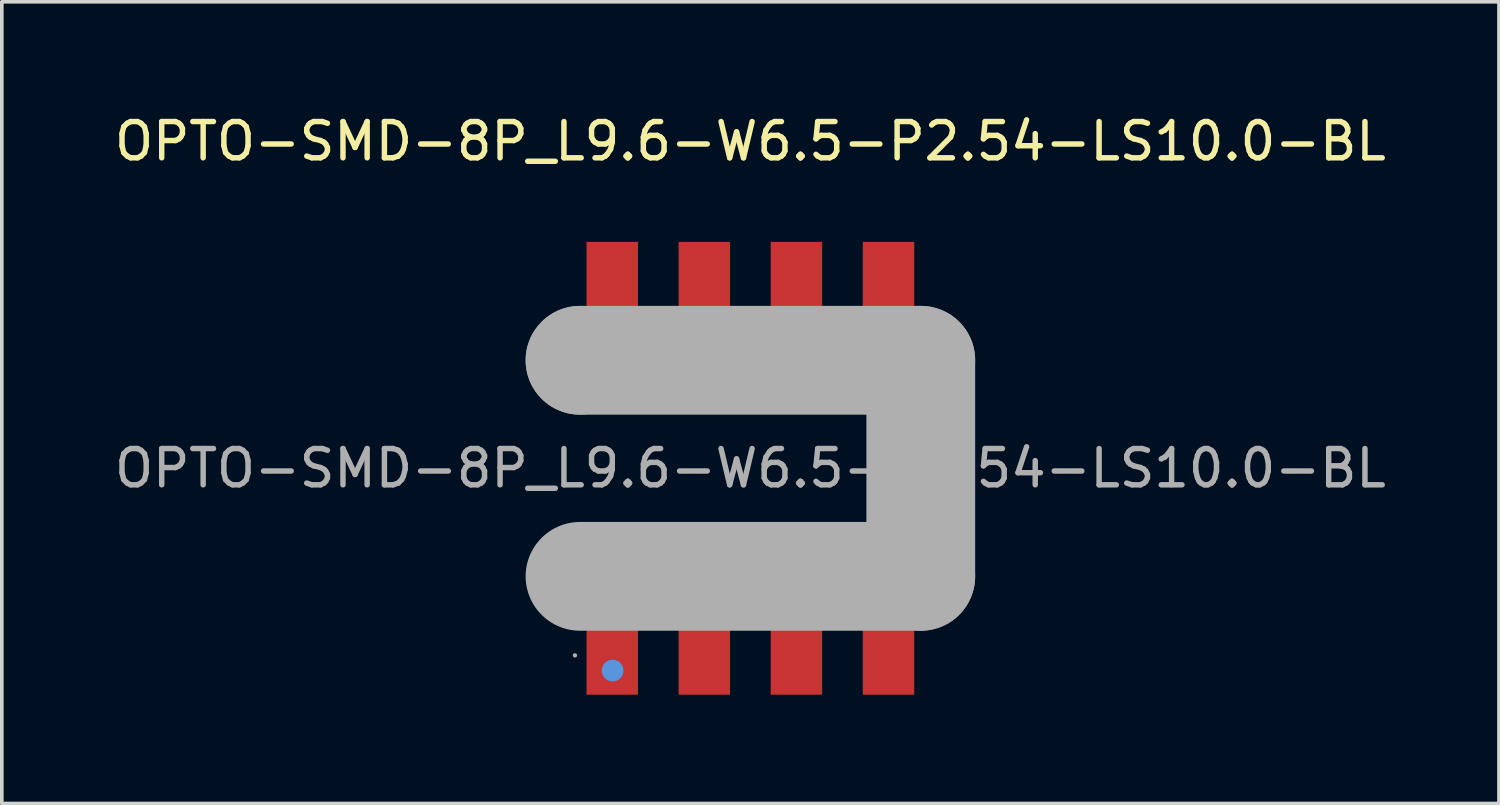
<source format=kicad_pcb>
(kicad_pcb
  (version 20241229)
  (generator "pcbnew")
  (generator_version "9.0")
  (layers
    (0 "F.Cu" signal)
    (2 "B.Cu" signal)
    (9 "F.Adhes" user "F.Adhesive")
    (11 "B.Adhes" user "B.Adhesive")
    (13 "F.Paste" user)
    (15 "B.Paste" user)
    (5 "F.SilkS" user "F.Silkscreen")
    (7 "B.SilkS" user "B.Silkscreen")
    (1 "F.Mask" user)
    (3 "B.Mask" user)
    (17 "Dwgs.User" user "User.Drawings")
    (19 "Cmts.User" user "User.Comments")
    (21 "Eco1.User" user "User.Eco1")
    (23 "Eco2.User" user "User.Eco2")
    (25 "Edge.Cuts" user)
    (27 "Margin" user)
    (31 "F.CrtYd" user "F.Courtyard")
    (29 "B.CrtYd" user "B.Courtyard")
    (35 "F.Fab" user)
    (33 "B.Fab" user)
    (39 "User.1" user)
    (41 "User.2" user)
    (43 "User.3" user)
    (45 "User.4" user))
  (footprint "OPTO-SMD-8P_L9.6-W6.5-P2.54-LS10.0-BL"
    (layer "F.Cu")
    (at 17.649 9.868)
    (property "Reference" "OPTO-SMD-8P_L9.6-W6.5-P2.54-LS10.0-BL" (at 0 -9.02 0) (layer "F.SilkS") (effects (font (size 1 1) (thickness 0.15))))
    (attr smd)
    (fp_circle (center -4.96 3.49) (end -4.81 3.49) (stroke (width 0.3) (type solid)) (fill no) (layer "F.SilkS"))
    (fp_circle (center -3.8 5.58) (end -3.65 5.58) (stroke (width 0.3) (type solid)) (fill no) (layer "Cmts.User"))
    (fp_line (start -4.7 -2.98) (end -4.7 -2.98) (stroke (width 3) (type solid)) (layer "F.Fab"))
    (fp_line (start -4.7 -2.98) (end 4.7 -2.98) (stroke (width 3) (type solid)) (layer "F.Fab"))
    (fp_line (start 4.7 -2.98) (end 4.7 2.98) (stroke (width 3) (type solid)) (layer "F.Fab"))
    (fp_line (start 4.7 2.98) (end -4.7 2.98) (stroke (width 3) (type solid)) (layer "F.Fab"))
    (fp_circle (center -4.84 5.16) (end -4.81 5.16) (stroke (width 0.06) (type solid)) (fill no) (layer "F.Fab"))
    (fp_text user "${REFERENCE}" (at 0 0 0) (layer "F.Fab") (effects (font (size 1 1) (thickness 0.15))))
    (pad "1" smd rect (at -3.81 5.02) (size 1.42 2.45) (layers "F.Cu" "F.Mask" "F.Paste"))
    (pad "2" smd rect (at -1.27 5.02) (size 1.42 2.45) (layers "F.Cu" "F.Mask" "F.Paste"))
    (pad "3" smd rect (at 1.27 5.02) (size 1.42 2.45) (layers "F.Cu" "F.Mask" "F.Paste"))
    (pad "4" smd rect (at 3.81 5.02) (size 1.42 2.45) (layers "F.Cu" "F.Mask" "F.Paste"))
    (pad "5" smd rect (at 3.81 -5.02) (size 1.42 2.45) (layers "F.Cu" "F.Mask" "F.Paste"))
    (pad "6" smd rect (at 1.27 -5.02) (size 1.42 2.45) (layers "F.Cu" "F.Mask" "F.Paste"))
    (pad "7" smd rect (at -1.27 -5.02) (size 1.42 2.45) (layers "F.Cu" "F.Mask" "F.Paste"))
    (pad "8" smd rect (at -3.81 -5.02) (size 1.42 2.45) (layers "F.Cu" "F.Mask" "F.Paste")))
  (gr_rect
    (start -3 -3)
    (end 38.298 19.113)
    (stroke (width 0.1) (type default))
    (fill no)
    (layer "Edge.Cuts")))
</source>
